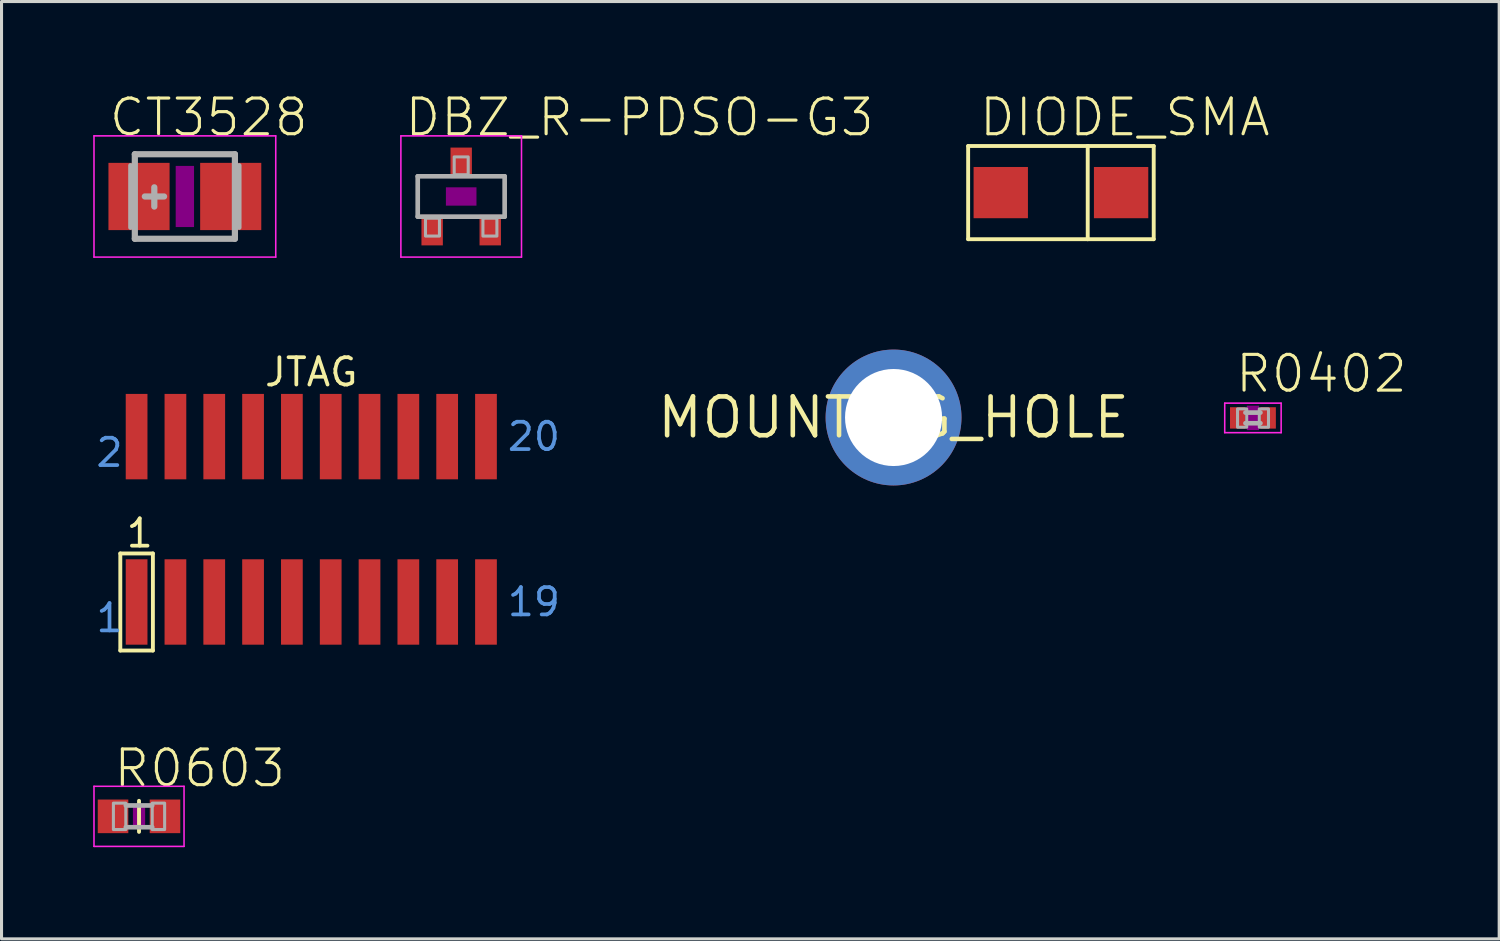
<source format=kicad_pcb>
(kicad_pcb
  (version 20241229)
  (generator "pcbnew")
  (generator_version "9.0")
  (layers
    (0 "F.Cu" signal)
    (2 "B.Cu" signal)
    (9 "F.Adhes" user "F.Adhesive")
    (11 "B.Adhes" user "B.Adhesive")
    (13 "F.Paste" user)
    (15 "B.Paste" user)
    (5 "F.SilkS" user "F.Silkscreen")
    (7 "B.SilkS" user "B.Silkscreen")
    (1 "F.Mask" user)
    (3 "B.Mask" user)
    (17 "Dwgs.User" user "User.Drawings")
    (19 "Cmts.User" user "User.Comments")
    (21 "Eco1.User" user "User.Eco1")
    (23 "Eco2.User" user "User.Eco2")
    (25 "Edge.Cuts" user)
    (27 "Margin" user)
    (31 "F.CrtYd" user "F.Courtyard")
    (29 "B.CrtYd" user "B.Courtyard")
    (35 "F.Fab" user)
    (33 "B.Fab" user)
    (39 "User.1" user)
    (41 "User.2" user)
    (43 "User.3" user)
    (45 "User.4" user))
  (footprint "DIODE_SMA"
    (layer "F.Cu")
    (at 31.595 3.251)
    (property "Reference" "DIODE_SMA" (at -2.667 -1.778 0) (layer "F.SilkS") (effects (font (size 1.168 1.168) (thickness 0.102)) (justify left bottom)))
    (fp_line (start -2.972 -1.524) (end -2.972 1.524) (stroke (width 0.127) (type solid)) (layer "F.SilkS"))
    (fp_line (start -2.972 1.524) (end 0.94 1.524) (stroke (width 0.127) (type solid)) (layer "F.SilkS"))
    (fp_line (start 0.94 -1.524) (end -2.972 -1.524) (stroke (width 0.127) (type solid)) (layer "F.SilkS"))
    (fp_line (start 0.94 -1.524) (end 3.099 -1.524) (stroke (width 0.127) (type solid)) (layer "F.SilkS"))
    (fp_line (start 0.94 1.524) (end 0.94 -1.524) (stroke (width 0.127) (type solid)) (layer "F.SilkS"))
    (fp_line (start 3.099 -1.524) (end 3.099 1.524) (stroke (width 0.127) (type solid)) (layer "F.SilkS"))
    (fp_line (start 3.099 1.524) (end 0.94 1.524) (stroke (width 0.127) (type solid)) (layer "F.SilkS"))
    (pad "A" smd rect (at -1.905 0) (size 1.778 1.676) (layers "F.Cu" "F.Mask" "F.Paste"))
    (pad "K" smd rect (at 2.032 0) (size 1.778 1.676) (layers "F.Cu" "F.Mask" "F.Paste")))
  (footprint "MOUNTING_HOLE"
    (layer "F.Cu")
    (at 26.183 10.609)
    (property "Reference" "MOUNTING_HOLE" (at 0 0 0) (layer "F.SilkS") (effects (font (size 1.27 1.27) (thickness 0.15))))
    (pad "P$1" thru_hole circle (at 0 0) (size 4.445 4.445) (drill 3.175) (layers "*.Cu" "*.Mask")))
  (footprint "DBZ_R-PDSO-G3"
    (layer "F.Cu")
    (at 12.038 3.378)
    (property "Reference" "DBZ_R-PDSO-G3" (at -1.905 -1.905 0) (layer "F.SilkS") (effects (font (size 1.168 1.168) (thickness 0.102)) (justify left bottom)))
    (fp_poly (pts (xy -0.5 0.3) (xy 0.5 0.3) (xy 0.5 -0.3) (xy -0.5 -0.3)) (stroke (width 0) (type default)) (fill yes) (layer "F.Adhes"))
    (fp_line (start -1.973 -1.983) (end 1.973 -1.983) (stroke (width 0.051) (type solid)) (layer "F.CrtYd"))
    (fp_line (start -1.973 1.983) (end -1.973 -1.983) (stroke (width 0.051) (type solid)) (layer "F.CrtYd"))
    (fp_line (start 1.973 -1.983) (end 1.973 1.983) (stroke (width 0.051) (type solid)) (layer "F.CrtYd"))
    (fp_line (start 1.973 1.983) (end -1.973 1.983) (stroke (width 0.051) (type solid)) (layer "F.CrtYd"))
    (fp_line (start -1.422 -0.66) (end 1.422 -0.66) (stroke (width 0.152) (type solid)) (layer "F.Fab"))
    (fp_line (start -1.422 0.66) (end -1.422 -0.66) (stroke (width 0.152) (type solid)) (layer "F.Fab"))
    (fp_line (start 1.422 -0.66) (end 1.422 0.66) (stroke (width 0.152) (type solid)) (layer "F.Fab"))
    (fp_line (start 1.422 0.66) (end -1.422 0.66) (stroke (width 0.152) (type solid)) (layer "F.Fab"))
    (fp_poly (pts (xy -1.168 1.295) (xy -0.711 1.295) (xy -0.711 0.711) (xy -1.168 0.711)) (stroke (width 0.1) (type default)) (fill no) (layer "F.Fab"))
    (fp_poly (pts (xy -0.229 -0.711) (xy 0.229 -0.711) (xy 0.229 -1.295) (xy -0.229 -1.295)) (stroke (width 0.1) (type default)) (fill no) (layer "F.Fab"))
    (fp_poly (pts (xy 0.711 1.295) (xy 1.168 1.295) (xy 1.168 0.711) (xy 0.711 0.711)) (stroke (width 0.1) (type default)) (fill no) (layer "F.Fab"))
    (pad "1" smd rect (at -0.95 1.1) (size 0.7 1) (layers "F.Cu" "F.Mask" "F.Paste"))
    (pad "2" smd rect (at 0.95 1.1) (size 0.7 1) (layers "F.Cu" "F.Mask" "F.Paste"))
    (pad "3" smd rect (at 0 -1.1) (size 0.7 1) (layers "F.Cu" "F.Mask" "F.Paste")))
  (footprint "R0402"
    (layer "F.Cu")
    (at 37.94 10.622)
    (property "Reference" "R0402" (at -0.635 -0.762 0) (layer "F.SilkS") (effects (font (size 1.168 1.168) (thickness 0.102)) (justify left bottom)))
    (fp_poly (pts (xy -0.2 0.4) (xy 0.2 0.4) (xy 0.2 -0.4) (xy -0.2 -0.4)) (stroke (width 0) (type default)) (fill yes) (layer "F.Adhes"))
    (fp_line (start -0.923 -0.483) (end 0.923 -0.483) (stroke (width 0.051) (type solid)) (layer "F.CrtYd"))
    (fp_line (start -0.923 0.483) (end -0.923 -0.483) (stroke (width 0.051) (type solid)) (layer "F.CrtYd"))
    (fp_line (start 0.923 -0.483) (end 0.923 0.483) (stroke (width 0.051) (type solid)) (layer "F.CrtYd"))
    (fp_line (start 0.923 0.483) (end -0.923 0.483) (stroke (width 0.051) (type solid)) (layer "F.CrtYd"))
    (fp_line (start -0.245 -0.174) (end 0.245 -0.174) (stroke (width 0.152) (type solid)) (layer "F.Fab"))
    (fp_line (start 0.245 0.174) (end -0.245 0.174) (stroke (width 0.152) (type solid)) (layer "F.Fab"))
    (fp_poly (pts (xy -0.504 0.305) (xy -0.204 0.305) (xy -0.204 -0.295) (xy -0.504 -0.295)) (stroke (width 0.1) (type default)) (fill no) (layer "F.Fab"))
    (fp_poly (pts (xy 0.209 0.305) (xy 0.509 0.305) (xy 0.509 -0.295) (xy 0.209 -0.295)) (stroke (width 0.1) (type default)) (fill no) (layer "F.Fab"))
    (pad "1" smd rect (at -0.5 0) (size 0.5 0.7) (layers "F.Cu" "F.Mask" "F.Paste"))
    (pad "2" smd rect (at 0.5 0) (size 0.5 0.7) (layers "F.Cu" "F.Mask" "F.Paste")))
  (footprint "CT3528"
    (layer "F.Cu")
    (at 2.998 3.378)
    (property "Reference" "CT3528" (at -2.54 -1.905 0) (layer "F.SilkS") (effects (font (size 1.168 1.168) (thickness 0.102)) (justify left bottom)))
    (fp_poly (pts (xy -0.3 1) (xy 0.3 1) (xy 0.3 -1) (xy -0.3 -1)) (stroke (width 0) (type default)) (fill yes) (layer "F.Adhes"))
    (fp_line (start -2.973 -1.983) (end 2.973 -1.983) (stroke (width 0.051) (type solid)) (layer "F.CrtYd"))
    (fp_line (start -2.973 1.983) (end -2.973 -1.983) (stroke (width 0.051) (type solid)) (layer "F.CrtYd"))
    (fp_line (start 2.973 -1.983) (end 2.973 1.983) (stroke (width 0.051) (type solid)) (layer "F.CrtYd"))
    (fp_line (start 2.973 1.983) (end -2.973 1.983) (stroke (width 0.051) (type solid)) (layer "F.CrtYd"))
    (fp_line (start -1.778 -1.016) (end -1.778 1.016) (stroke (width 0.152) (type solid)) (layer "F.Fab"))
    (fp_line (start -1.637 1.383) (end -1.637 -1.383) (stroke (width 0.203) (type solid)) (layer "F.Fab"))
    (fp_line (start -1 -0.3) (end -1 0.33) (stroke (width 0.203) (type solid)) (layer "F.Fab"))
    (fp_line (start -0.68 0) (end -1.31 0) (stroke (width 0.203) (type solid)) (layer "F.Fab"))
    (fp_line (start 1.637 -1.383) (end -1.637 -1.383) (stroke (width 0.203) (type solid)) (layer "F.Fab"))
    (fp_line (start 1.637 1.383) (end -1.637 1.383) (stroke (width 0.203) (type solid)) (layer "F.Fab"))
    (fp_line (start 1.637 1.383) (end 1.637 -1.383) (stroke (width 0.203) (type solid)) (layer "F.Fab"))
    (fp_line (start 1.778 -1.016) (end 1.778 1.016) (stroke (width 0.152) (type solid)) (layer "F.Fab"))
    (pad "+" smd rect (at -1.5 0) (size 2 2.2) (layers "F.Cu" "F.Mask" "F.Paste"))
    (pad "-" smd rect (at 1.5 0) (size 2 2.2) (layers "F.Cu" "F.Mask" "F.Paste")))
  (footprint "JTAG"
    (layer "F.Cu")
    (at 7.134 13.939)
    (property "Reference" "JTAG" (at 0 -4.293 0) (layer "F.SilkS") (effects (font (size 0.894 0.894) (thickness 0.122)) (justify bottom)))
    (fp_line (start -6.248 1.118) (end -5.182 1.118) (stroke (width 0.127) (type solid)) (layer "F.SilkS"))
    (fp_line (start -6.248 4.293) (end -6.248 1.118) (stroke (width 0.127) (type solid)) (layer "F.SilkS"))
    (fp_line (start -5.182 1.118) (end -5.182 4.293) (stroke (width 0.127) (type solid)) (layer "F.SilkS"))
    (fp_line (start -5.182 4.293) (end -6.248 4.293) (stroke (width 0.127) (type solid)) (layer "F.SilkS"))
    (fp_text user "1" (at -5.613 0.978 0) (layer "F.SilkS") (effects (font (size 0.894 0.894) (thickness 0.122)) (justify bottom)))
    (fp_text user "20" (at 6.35 -2.705 0) (layer "Cmts.User") (effects (font (size 0.894 0.894) (thickness 0.122)) (justify left)))
    (fp_text user "1" (at -6.096 2.705 0) (layer "Cmts.User") (effects (font (size 0.894 0.894) (thickness 0.122)) (justify right top)))
    (fp_text user "2" (at -6.096 -2.705 0) (layer "Cmts.User") (effects (font (size 0.894 0.894) (thickness 0.122)) (justify right top)))
    (fp_text user "19" (at 6.35 2.705 0) (layer "Cmts.User") (effects (font (size 0.894 0.894) (thickness 0.122)) (justify left)))
    (pad "1" smd rect (at -5.715 2.705) (size 0.711 2.794) (layers "F.Cu" "F.Mask" "F.Paste"))
    (pad "2" smd rect (at -5.715 -2.705) (size 0.711 2.794) (layers "F.Cu" "F.Mask" "F.Paste"))
    (pad "3" smd rect (at -4.445 2.705) (size 0.711 2.794) (layers "F.Cu" "F.Mask" "F.Paste"))
    (pad "4" smd rect (at -4.445 -2.705) (size 0.711 2.794) (layers "F.Cu" "F.Mask" "F.Paste"))
    (pad "5" smd rect (at -3.175 2.705) (size 0.711 2.794) (layers "F.Cu" "F.Mask" "F.Paste"))
    (pad "6" smd rect (at -3.175 -2.705) (size 0.711 2.794) (layers "F.Cu" "F.Mask" "F.Paste"))
    (pad "7" smd rect (at -1.905 2.705) (size 0.711 2.794) (layers "F.Cu" "F.Mask" "F.Paste"))
    (pad "8" smd rect (at -1.905 -2.705) (size 0.711 2.794) (layers "F.Cu" "F.Mask" "F.Paste"))
    (pad "9" smd rect (at -0.635 2.705) (size 0.711 2.794) (layers "F.Cu" "F.Mask" "F.Paste"))
    (pad "10" smd rect (at -0.635 -2.705) (size 0.711 2.794) (layers "F.Cu" "F.Mask" "F.Paste"))
    (pad "11" smd rect (at 0.635 2.705) (size 0.711 2.794) (layers "F.Cu" "F.Mask" "F.Paste"))
    (pad "12" smd rect (at 0.635 -2.705) (size 0.711 2.794) (layers "F.Cu" "F.Mask" "F.Paste"))
    (pad "13" smd rect (at 1.905 2.705) (size 0.711 2.794) (layers "F.Cu" "F.Mask" "F.Paste"))
    (pad "14" smd rect (at 1.905 -2.705) (size 0.711 2.794) (layers "F.Cu" "F.Mask" "F.Paste"))
    (pad "15" smd rect (at 3.175 2.705) (size 0.711 2.794) (layers "F.Cu" "F.Mask" "F.Paste"))
    (pad "16" smd rect (at 3.175 -2.705) (size 0.711 2.794) (layers "F.Cu" "F.Mask" "F.Paste"))
    (pad "17" smd rect (at 4.445 2.705) (size 0.711 2.794) (layers "F.Cu" "F.Mask" "F.Paste"))
    (pad "18" smd rect (at 4.445 -2.705) (size 0.711 2.794) (layers "F.Cu" "F.Mask" "F.Paste"))
    (pad "19" smd rect (at 5.715 2.705) (size 0.711 2.794) (layers "F.Cu" "F.Mask" "F.Paste"))
    (pad "20" smd rect (at 5.715 -2.705) (size 0.711 2.794) (layers "F.Cu" "F.Mask" "F.Paste")))
  (footprint "R0603"
    (layer "F.Cu")
    (at 1.498 23.657)
    (property "Reference" "R0603" (at -0.889 -0.889 0) (layer "F.SilkS") (effects (font (size 1.168 1.168) (thickness 0.102)) (justify left bottom)))
    (fp_line (start 0 -0.508) (end 0 0.508) (stroke (width 0.127) (type solid)) (layer "F.SilkS"))
    (fp_poly (pts (xy -0.2 0.4) (xy 0.2 0.4) (xy 0.2 -0.4) (xy -0.2 -0.4)) (stroke (width 0) (type default)) (fill yes) (layer "F.Adhes"))
    (fp_line (start -1.473 -0.983) (end 1.473 -0.983) (stroke (width 0.051) (type solid)) (layer "F.CrtYd"))
    (fp_line (start -1.473 0.983) (end -1.473 -0.983) (stroke (width 0.051) (type solid)) (layer "F.CrtYd"))
    (fp_line (start 1.473 -0.983) (end 1.473 0.983) (stroke (width 0.051) (type solid)) (layer "F.CrtYd"))
    (fp_line (start 1.473 0.983) (end -1.473 0.983) (stroke (width 0.051) (type solid)) (layer "F.CrtYd"))
    (fp_line (start -0.432 0.356) (end 0.432 0.356) (stroke (width 0.152) (type solid)) (layer "F.Fab"))
    (fp_line (start 0.432 -0.356) (end -0.432 -0.356) (stroke (width 0.152) (type solid)) (layer "F.Fab"))
    (fp_poly (pts (xy -0.838 0.432) (xy -0.432 0.432) (xy -0.432 -0.432) (xy -0.838 -0.432)) (stroke (width 0.1) (type default)) (fill no) (layer "F.Fab"))
    (fp_poly (pts (xy 0.432 0.432) (xy 0.838 0.432) (xy 0.838 -0.432) (xy 0.432 -0.432)) (stroke (width 0.1) (type default)) (fill no) (layer "F.Fab"))
    (pad "1" smd rect (at -0.85 0) (size 1 1.1) (layers "F.Cu" "F.Mask" "F.Paste"))
    (pad "2" smd rect (at 0.85 0) (size 1 1.1) (layers "F.Cu" "F.Mask" "F.Paste")))
  (gr_rect
    (start -3 -3)
    (end 45.996 27.666)
    (stroke (width 0.1) (type default))
    (fill no)
    (layer "Edge.Cuts")))
</source>
